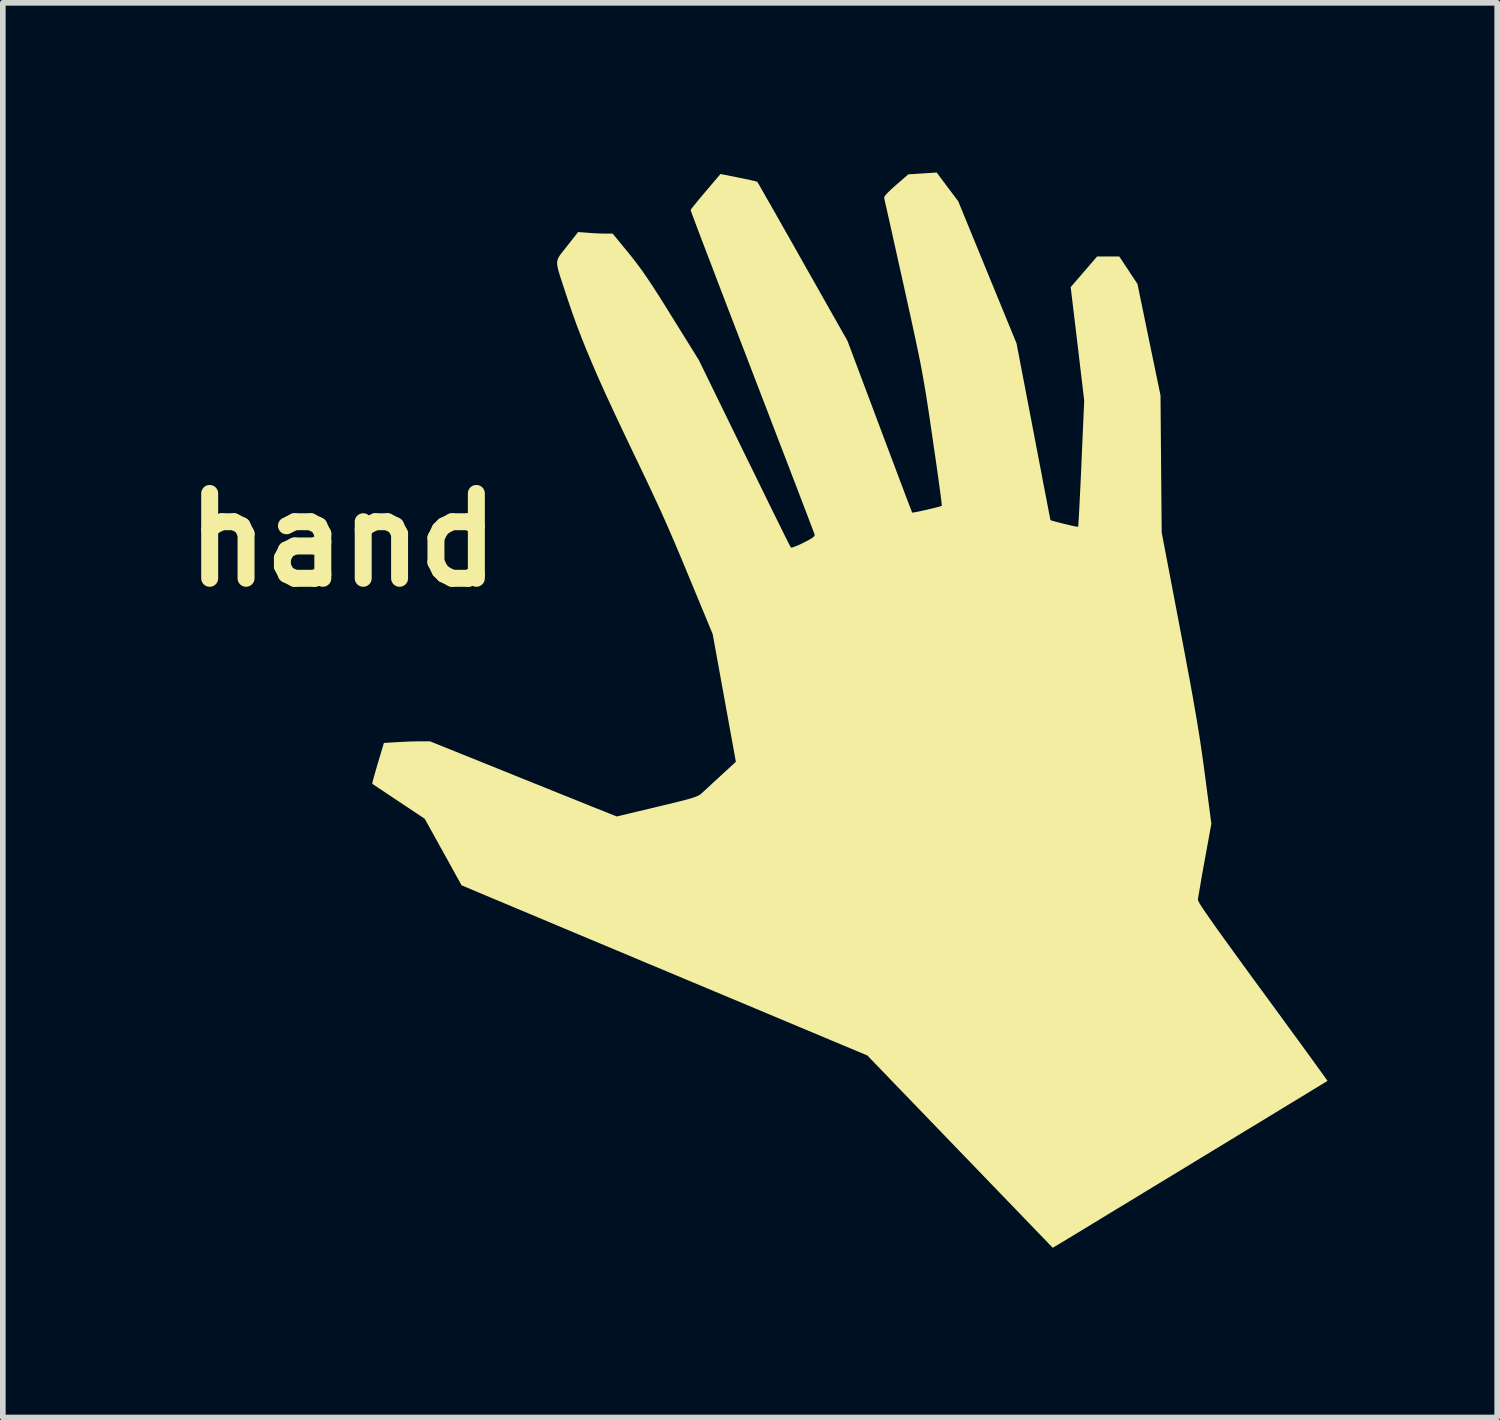
<source format=kicad_pcb>
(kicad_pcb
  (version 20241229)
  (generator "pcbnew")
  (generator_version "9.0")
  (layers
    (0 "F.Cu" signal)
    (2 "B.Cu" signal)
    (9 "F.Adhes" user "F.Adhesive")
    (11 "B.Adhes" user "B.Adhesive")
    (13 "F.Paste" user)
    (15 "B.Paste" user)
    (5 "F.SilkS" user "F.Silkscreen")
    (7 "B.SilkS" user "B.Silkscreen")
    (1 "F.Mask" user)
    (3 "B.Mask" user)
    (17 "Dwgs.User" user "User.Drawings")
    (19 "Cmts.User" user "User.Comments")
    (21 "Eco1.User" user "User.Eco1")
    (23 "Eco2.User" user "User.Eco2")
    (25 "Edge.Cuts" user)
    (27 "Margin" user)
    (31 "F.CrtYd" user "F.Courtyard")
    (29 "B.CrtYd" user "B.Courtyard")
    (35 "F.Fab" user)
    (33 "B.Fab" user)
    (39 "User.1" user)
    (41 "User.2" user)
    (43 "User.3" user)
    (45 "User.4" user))
  (footprint "hand"
    (layer "F.Cu")
    (at 11.314 9.045)
    (property "Reference" "hand" (at -8.3 -2.55 0) (layer "F.SilkS") (effects (font (size 1.5 1.5) (thickness 0.3))))
    (attr board_only exclude_from_pos_files exclude_from_bom)
    (fp_poly (pts (xy 2.385 -8.791) (xy 2.576 -8.537) (xy 3.091 -7.281) (xy 3.607 -6.024) (xy 3.906 -4.465) (xy 3.955 -4.207) (xy 4.002 -3.962) (xy 4.046 -3.734) (xy 4.085 -3.526) (xy 4.121 -3.342) (xy 4.151 -3.185) (xy 4.175 -3.059) (xy 4.193 -2.968) (xy 4.203 -2.914) (xy 4.206 -2.901) (xy 4.228 -2.892) (xy 4.283 -2.876) (xy 4.36 -2.856) (xy 4.448 -2.834) (xy 4.536 -2.813) (xy 4.614 -2.795) (xy 4.671 -2.784) (xy 4.695 -2.782) (xy 4.696 -2.782) (xy 4.698 -2.806) (xy 4.703 -2.87) (xy 4.709 -2.971) (xy 4.716 -3.103) (xy 4.724 -3.263) (xy 4.733 -3.447) (xy 4.743 -3.649) (xy 4.753 -3.866) (xy 4.754 -3.904) (xy 4.803 -5.014) (xy 4.684 -6.017) (xy 4.564 -7.019) (xy 4.798 -7.29) (xy 5.031 -7.561) (xy 5.227 -7.561) (xy 5.423 -7.561) (xy 5.584 -7.318) (xy 5.745 -7.074) (xy 5.948 -6.089) (xy 6.152 -5.104) (xy 6.162 -3.892) (xy 6.173 -2.681) (xy 6.496 -0.987) (xy 6.563 -0.636) (xy 6.621 -0.325) (xy 6.673 -0.047) (xy 6.718 0.201) (xy 6.757 0.425) (xy 6.793 0.631) (xy 6.824 0.823) (xy 6.853 1.005) (xy 6.879 1.184) (xy 6.905 1.364) (xy 6.93 1.55) (xy 6.935 1.588) (xy 7.051 2.468) (xy 6.933 3.113) (xy 6.903 3.28) (xy 6.875 3.435) (xy 6.852 3.572) (xy 6.833 3.684) (xy 6.819 3.766) (xy 6.813 3.811) (xy 6.813 3.815) (xy 6.821 3.837) (xy 6.846 3.882) (xy 6.89 3.951) (xy 6.954 4.045) (xy 7.038 4.166) (xy 7.143 4.315) (xy 7.271 4.493) (xy 7.422 4.702) (xy 7.597 4.943) (xy 7.797 5.218) (xy 7.96 5.44) (xy 8.132 5.675) (xy 8.296 5.899) (xy 8.45 6.111) (xy 8.593 6.306) (xy 8.722 6.483) (xy 8.835 6.639) (xy 8.931 6.772) (xy 9.008 6.878) (xy 9.063 6.955) (xy 9.096 7.001) (xy 9.104 7.014) (xy 9.084 7.026) (xy 9.029 7.059) (xy 8.941 7.113) (xy 8.824 7.184) (xy 8.679 7.273) (xy 8.51 7.375) (xy 8.319 7.491) (xy 8.11 7.619) (xy 7.885 7.756) (xy 7.646 7.9) (xy 7.398 8.051) (xy 7.142 8.207) (xy 6.881 8.365) (xy 6.619 8.525) (xy 6.357 8.684) (xy 6.1 8.84) (xy 5.848 8.993) (xy 5.607 9.14) (xy 5.377 9.279) (xy 5.162 9.41) (xy 4.966 9.529) (xy 4.79 9.636) (xy 4.637 9.729) (xy 4.511 9.805) (xy 4.413 9.864) (xy 4.348 9.904) (xy 4.317 9.922) (xy 4.316 9.923) (xy 4.247 9.964) (xy 2.608 8.264) (xy 0.969 6.564) (xy -2.19 5.24) (xy -2.557 5.086) (xy -2.917 4.936) (xy -3.268 4.788) (xy -3.607 4.646) (xy -3.932 4.51) (xy -4.24 4.381) (xy -4.528 4.26) (xy -4.794 4.148) (xy -5.035 4.047) (xy -5.248 3.958) (xy -5.43 3.881) (xy -5.58 3.818) (xy -5.694 3.771) (xy -5.77 3.739) (xy -5.777 3.736) (xy -6.205 3.555) (xy -6.53 2.967) (xy -6.856 2.379) (xy -7.316 2.073) (xy -7.443 1.988) (xy -7.557 1.912) (xy -7.653 1.848) (xy -7.727 1.799) (xy -7.771 1.769) (xy -7.783 1.76) (xy -7.78 1.738) (xy -7.765 1.679) (xy -7.741 1.593) (xy -7.71 1.485) (xy -7.684 1.396) (xy -7.577 1.039) (xy -7.342 1.025) (xy -7.219 1.018) (xy -7.09 1.013) (xy -6.976 1.011) (xy -6.935 1.01) (xy -6.763 1.01) (xy -5.227 1.629) (xy -4.975 1.731) (xy -4.732 1.828) (xy -4.503 1.921) (xy -4.291 2.006) (xy -4.099 2.083) (xy -3.932 2.151) (xy -3.792 2.207) (xy -3.683 2.25) (xy -3.609 2.28) (xy -3.576 2.293) (xy -3.46 2.339) (xy -2.746 2.168) (xy -2.549 2.121) (xy -2.392 2.082) (xy -2.267 2.051) (xy -2.172 2.025) (xy -2.101 2.003) (xy -2.049 1.984) (xy -2.011 1.966) (xy -1.982 1.948) (xy -1.958 1.928) (xy -1.953 1.923) (xy -1.909 1.882) (xy -1.839 1.818) (xy -1.753 1.738) (xy -1.658 1.651) (xy -1.614 1.611) (xy -1.355 1.372) (xy -1.56 0.243) (xy -1.765 -0.886) (xy -2.161 -1.841) (xy -2.267 -2.097) (xy -2.361 -2.322) (xy -2.447 -2.524) (xy -2.527 -2.71) (xy -2.605 -2.888) (xy -2.684 -3.064) (xy -2.768 -3.246) (xy -2.859 -3.441) (xy -2.961 -3.657) (xy -3.077 -3.9) (xy -3.176 -4.106) (xy -3.353 -4.477) (xy -3.511 -4.813) (xy -3.653 -5.119) (xy -3.779 -5.399) (xy -3.891 -5.658) (xy -3.993 -5.9) (xy -4.085 -6.129) (xy -4.17 -6.351) (xy -4.249 -6.571) (xy -4.324 -6.791) (xy -4.371 -6.933) (xy -4.425 -7.097) (xy -4.467 -7.226) (xy -4.496 -7.324) (xy -4.512 -7.4) (xy -4.515 -7.46) (xy -4.505 -7.511) (xy -4.481 -7.56) (xy -4.443 -7.614) (xy -4.391 -7.679) (xy -4.34 -7.743) (xy -4.144 -7.993) (xy -3.963 -7.979) (xy -3.856 -7.972) (xy -3.748 -7.967) (xy -3.661 -7.965) (xy -3.657 -7.965) (xy -3.533 -7.965) (xy -3.252 -7.623) (xy -3.17 -7.52) (xy -3.091 -7.417) (xy -3.011 -7.308) (xy -2.928 -7.188) (xy -2.836 -7.051) (xy -2.733 -6.891) (xy -2.614 -6.703) (xy -2.492 -6.506) (xy -2.011 -5.732) (xy -1.206 -4.083) (xy -1.081 -3.829) (xy -0.962 -3.586) (xy -0.85 -3.357) (xy -0.747 -3.146) (xy -0.653 -2.956) (xy -0.571 -2.79) (xy -0.502 -2.65) (xy -0.447 -2.54) (xy -0.408 -2.463) (xy -0.386 -2.422) (xy -0.383 -2.415) (xy -0.357 -2.417) (xy -0.3 -2.437) (xy -0.222 -2.47) (xy -0.158 -2.501) (xy -0.06 -2.552) (xy 0.001 -2.59) (xy 0.033 -2.618) (xy 0.038 -2.642) (xy 0.038 -2.643) (xy 0.029 -2.669) (xy 0.004 -2.733) (xy -0.034 -2.834) (xy -0.085 -2.969) (xy -0.148 -3.134) (xy -0.222 -3.327) (xy -0.305 -3.544) (xy -0.397 -3.784) (xy -0.496 -4.042) (xy -0.602 -4.317) (xy -0.713 -4.606) (xy -0.796 -4.824) (xy -0.984 -5.311) (xy -1.155 -5.758) (xy -1.312 -6.166) (xy -1.454 -6.535) (xy -1.581 -6.867) (xy -1.694 -7.162) (xy -1.793 -7.423) (xy -1.88 -7.649) (xy -1.954 -7.843) (xy -2.015 -8.005) (xy -2.065 -8.137) (xy -2.103 -8.239) (xy -2.131 -8.314) (xy -2.148 -8.361) (xy -2.154 -8.382) (xy -2.155 -8.383) (xy -2.141 -8.404) (xy -2.103 -8.453) (xy -2.046 -8.523) (xy -1.975 -8.609) (xy -1.936 -8.655) (xy -1.855 -8.75) (xy -1.782 -8.837) (xy -1.722 -8.908) (xy -1.681 -8.955) (xy -1.672 -8.966) (xy -1.627 -9.019) (xy -1.307 -8.955) (xy -1.193 -8.932) (xy -1.096 -8.911) (xy -1.022 -8.894) (xy -0.982 -8.883) (xy -0.976 -8.881) (xy -0.964 -8.86) (xy -0.931 -8.803) (xy -0.88 -8.714) (xy -0.812 -8.594) (xy -0.728 -8.448) (xy -0.632 -8.279) (xy -0.525 -8.089) (xy -0.407 -7.882) (xy -0.282 -7.661) (xy -0.174 -7.469) (xy 0.618 -6.069) (xy 1.187 -4.554) (xy 1.28 -4.306) (xy 1.369 -4.07) (xy 1.452 -3.85) (xy 1.527 -3.649) (xy 1.595 -3.471) (xy 1.652 -3.319) (xy 1.699 -3.195) (xy 1.734 -3.104) (xy 1.755 -3.049) (xy 1.761 -3.033) (xy 1.784 -3.035) (xy 1.84 -3.045) (xy 1.918 -3.061) (xy 2.009 -3.081) (xy 2.101 -3.103) (xy 2.184 -3.123) (xy 2.248 -3.14) (xy 2.282 -3.151) (xy 2.285 -3.153) (xy 2.284 -3.176) (xy 2.277 -3.24) (xy 2.265 -3.341) (xy 2.247 -3.473) (xy 2.225 -3.633) (xy 2.199 -3.817) (xy 2.17 -4.02) (xy 2.138 -4.239) (xy 2.123 -4.347) (xy 2.088 -4.581) (xy 2.058 -4.786) (xy 2.03 -4.968) (xy 2.004 -5.134) (xy 1.978 -5.288) (xy 1.952 -5.437) (xy 1.925 -5.585) (xy 1.895 -5.739) (xy 1.861 -5.904) (xy 1.823 -6.085) (xy 1.779 -6.289) (xy 1.729 -6.52) (xy 1.67 -6.784) (xy 1.613 -7.045) (xy 1.556 -7.299) (xy 1.502 -7.541) (xy 1.452 -7.767) (xy 1.406 -7.974) (xy 1.365 -8.157) (xy 1.33 -8.313) (xy 1.302 -8.438) (xy 1.281 -8.53) (xy 1.269 -8.583) (xy 1.266 -8.596) (xy 1.275 -8.626) (xy 1.318 -8.677) (xy 1.394 -8.751) (xy 1.475 -8.823) (xy 1.694 -9.013) (xy 1.945 -9.029) (xy 2.195 -9.045)) (stroke (width 0) (type solid)) (fill yes) (layer "F.SilkS")))
  (gr_rect
    (start -3 -3)
    (end 23.418 22.009)
    (stroke (width 0.1) (type default))
    (fill no)
    (layer "Edge.Cuts")))
</source>
